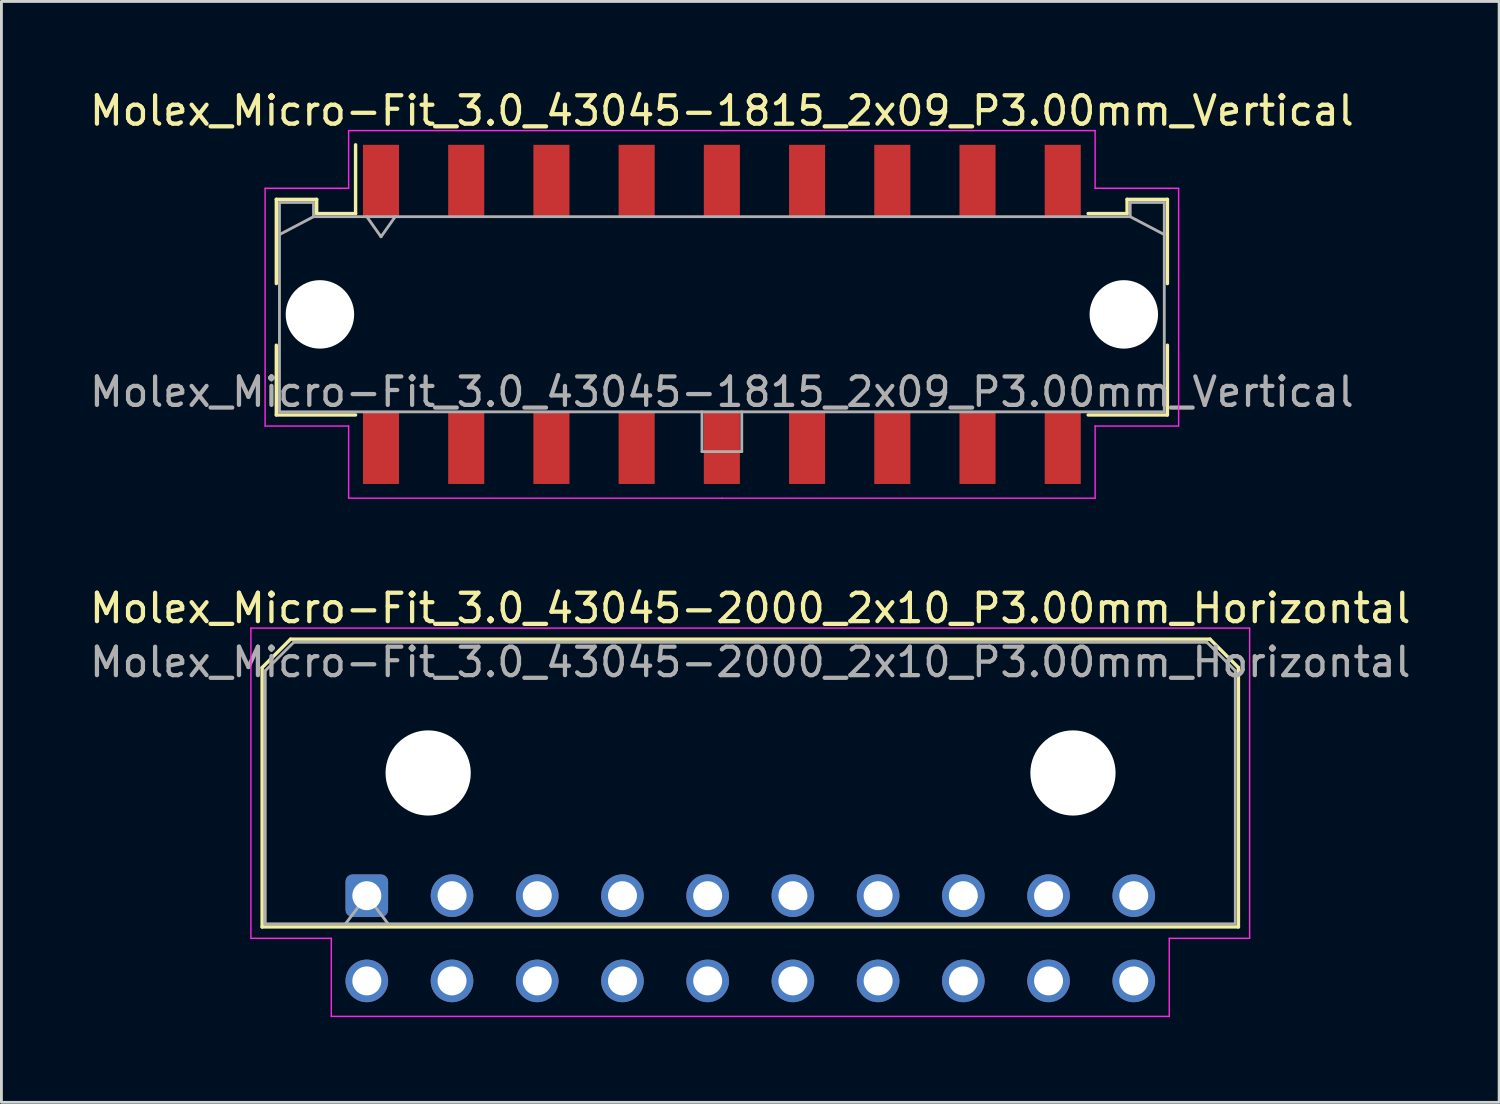
<source format=kicad_pcb>
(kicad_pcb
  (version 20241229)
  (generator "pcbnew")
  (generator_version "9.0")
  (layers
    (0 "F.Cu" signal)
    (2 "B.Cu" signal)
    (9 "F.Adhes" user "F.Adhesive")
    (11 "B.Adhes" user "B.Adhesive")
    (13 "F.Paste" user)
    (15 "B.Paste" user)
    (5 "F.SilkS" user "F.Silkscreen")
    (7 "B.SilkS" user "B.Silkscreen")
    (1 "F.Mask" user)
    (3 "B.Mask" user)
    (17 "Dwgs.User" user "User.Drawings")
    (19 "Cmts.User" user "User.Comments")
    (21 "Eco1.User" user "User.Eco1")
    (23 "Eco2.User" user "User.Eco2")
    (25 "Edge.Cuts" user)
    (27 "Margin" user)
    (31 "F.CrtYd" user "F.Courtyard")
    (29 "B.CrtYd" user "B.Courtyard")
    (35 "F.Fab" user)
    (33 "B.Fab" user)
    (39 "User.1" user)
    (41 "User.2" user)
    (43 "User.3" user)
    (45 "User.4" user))
  (footprint "Molex_Micro-Fit_3.0_43045-2000_2x10_P3.00mm_Horizontal"
    (layer "F.Cu")
    (at 9.863 28.482)
    (property "Reference" "Molex_Micro-Fit_3.0_43045-2000_2x10_P3.00mm_Horizontal" (at 13.5 -10.12 0) (layer "F.SilkS") (effects (font (size 1 1) (thickness 0.15))))
    (attr through_hole)
    (fp_line (start -3.685 -8.03) (end -2.685 -9.03) (stroke (width 0.12) (type solid)) (layer "F.SilkS"))
    (fp_line (start -3.685 1.1) (end -3.685 -8.03) (stroke (width 0.12) (type solid)) (layer "F.SilkS"))
    (fp_line (start -2.685 -9.03) (end 29.685 -9.03) (stroke (width 0.12) (type solid)) (layer "F.SilkS"))
    (fp_line (start 29.685 -9.03) (end 30.685 -8.03) (stroke (width 0.12) (type solid)) (layer "F.SilkS"))
    (fp_line (start 30.685 -8.03) (end 30.685 1.1) (stroke (width 0.12) (type solid)) (layer "F.SilkS"))
    (fp_line (start 30.685 1.1) (end -3.685 1.1) (stroke (width 0.12) (type solid)) (layer "F.SilkS"))
    (fp_line (start -4.08 -9.42) (end 31.08 -9.42) (stroke (width 0.05) (type solid)) (layer "F.CrtYd"))
    (fp_line (start -4.08 1.5) (end -4.08 -9.42) (stroke (width 0.05) (type solid)) (layer "F.CrtYd"))
    (fp_line (start -1.25 1.5) (end -4.08 1.5) (stroke (width 0.05) (type solid)) (layer "F.CrtYd"))
    (fp_line (start -1.25 4.25) (end -1.25 1.5) (stroke (width 0.05) (type solid)) (layer "F.CrtYd"))
    (fp_line (start 28.25 1.5) (end 28.25 4.25) (stroke (width 0.05) (type solid)) (layer "F.CrtYd"))
    (fp_line (start 28.25 4.25) (end -1.25 4.25) (stroke (width 0.05) (type solid)) (layer "F.CrtYd"))
    (fp_line (start 31.08 -9.42) (end 31.08 1.5) (stroke (width 0.05) (type solid)) (layer "F.CrtYd"))
    (fp_line (start 31.08 1.5) (end 28.25 1.5) (stroke (width 0.05) (type solid)) (layer "F.CrtYd"))
    (fp_line (start -3.575 -7.92) (end -2.575 -8.92) (stroke (width 0.1) (type solid)) (layer "F.Fab"))
    (fp_line (start -3.575 0.99) (end -3.575 -7.92) (stroke (width 0.1) (type solid)) (layer "F.Fab"))
    (fp_line (start -2.575 -8.92) (end 29.575 -8.92) (stroke (width 0.1) (type solid)) (layer "F.Fab"))
    (fp_line (start -0.75 0.99) (end 0 0) (stroke (width 0.1) (type solid)) (layer "F.Fab"))
    (fp_line (start 0 0) (end 0.75 0.99) (stroke (width 0.1) (type solid)) (layer "F.Fab"))
    (fp_line (start 29.575 -8.92) (end 30.575 -7.92) (stroke (width 0.1) (type solid)) (layer "F.Fab"))
    (fp_line (start 30.575 -7.92) (end 30.575 0.99) (stroke (width 0.1) (type solid)) (layer "F.Fab"))
    (fp_line (start 30.575 0.99) (end -3.575 0.99) (stroke (width 0.1) (type solid)) (layer "F.Fab"))
    (fp_text user "${REFERENCE}" (at 13.5 -8.22 0) (layer "F.Fab") (effects (font (size 1 1) (thickness 0.15))))
    (pad "" np_thru_hole circle (at 2.16 -4.32) (size 3 3) (drill 3) (layers "*.Cu" "*.Mask"))
    (pad "" np_thru_hole circle (at 24.86 -4.32) (size 3 3) (drill 3) (layers "*.Cu" "*.Mask"))
    (pad "1" thru_hole roundrect (at 0 0) (size 1.5 1.5) (drill 1.02) (layers "*.Cu" "*.Mask") (roundrect_rratio 0.167))
    (pad "2" thru_hole circle (at 3 0) (size 1.5 1.5) (drill 1.02) (layers "*.Cu" "*.Mask"))
    (pad "3" thru_hole circle (at 6 0) (size 1.5 1.5) (drill 1.02) (layers "*.Cu" "*.Mask"))
    (pad "4" thru_hole circle (at 9 0) (size 1.5 1.5) (drill 1.02) (layers "*.Cu" "*.Mask"))
    (pad "5" thru_hole circle (at 12 0) (size 1.5 1.5) (drill 1.02) (layers "*.Cu" "*.Mask"))
    (pad "6" thru_hole circle (at 15 0) (size 1.5 1.5) (drill 1.02) (layers "*.Cu" "*.Mask"))
    (pad "7" thru_hole circle (at 18 0) (size 1.5 1.5) (drill 1.02) (layers "*.Cu" "*.Mask"))
    (pad "8" thru_hole circle (at 21 0) (size 1.5 1.5) (drill 1.02) (layers "*.Cu" "*.Mask"))
    (pad "9" thru_hole circle (at 24 0) (size 1.5 1.5) (drill 1.02) (layers "*.Cu" "*.Mask"))
    (pad "10" thru_hole circle (at 27 0) (size 1.5 1.5) (drill 1.02) (layers "*.Cu" "*.Mask"))
    (pad "11" thru_hole circle (at 0 3) (size 1.5 1.5) (drill 1.02) (layers "*.Cu" "*.Mask"))
    (pad "12" thru_hole circle (at 3 3) (size 1.5 1.5) (drill 1.02) (layers "*.Cu" "*.Mask"))
    (pad "13" thru_hole circle (at 6 3) (size 1.5 1.5) (drill 1.02) (layers "*.Cu" "*.Mask"))
    (pad "14" thru_hole circle (at 9 3) (size 1.5 1.5) (drill 1.02) (layers "*.Cu" "*.Mask"))
    (pad "15" thru_hole circle (at 12 3) (size 1.5 1.5) (drill 1.02) (layers "*.Cu" "*.Mask"))
    (pad "16" thru_hole circle (at 15 3) (size 1.5 1.5) (drill 1.02) (layers "*.Cu" "*.Mask"))
    (pad "17" thru_hole circle (at 18 3) (size 1.5 1.5) (drill 1.02) (layers "*.Cu" "*.Mask"))
    (pad "18" thru_hole circle (at 21 3) (size 1.5 1.5) (drill 1.02) (layers "*.Cu" "*.Mask"))
    (pad "19" thru_hole circle (at 24 3) (size 1.5 1.5) (drill 1.02) (layers "*.Cu" "*.Mask"))
    (pad "20" thru_hole circle (at 27 3) (size 1.5 1.5) (drill 1.02) (layers "*.Cu" "*.Mask")))
  (footprint "Molex_Micro-Fit_3.0_43045-1815_2x09_P3.00mm_Vertical"
    (layer "F.Cu")
    (at 22.363 8.018)
    (property "Reference" "Molex_Micro-Fit_3.0_43045-1815_2x09_P3.00mm_Vertical" (at 0 -7.17 0) (layer "F.SilkS") (effects (font (size 1 1) (thickness 0.15))))
    (attr smd)
    (fp_line (start -15.685 -4.05) (end -14.265 -4.05) (stroke (width 0.12) (type solid)) (layer "F.SilkS"))
    (fp_line (start -15.685 -1.085) (end -15.685 -4.05) (stroke (width 0.12) (type solid)) (layer "F.SilkS"))
    (fp_line (start -15.685 1.085) (end -15.685 3.54) (stroke (width 0.12) (type solid)) (layer "F.SilkS"))
    (fp_line (start -15.685 3.54) (end -12.895 3.54) (stroke (width 0.12) (type solid)) (layer "F.SilkS"))
    (fp_line (start -14.265 -4.05) (end -14.265 -3.55) (stroke (width 0.12) (type solid)) (layer "F.SilkS"))
    (fp_line (start -14.265 -3.55) (end -12.895 -3.55) (stroke (width 0.12) (type solid)) (layer "F.SilkS"))
    (fp_line (start -12.895 -3.55) (end -12.895 -5.97) (stroke (width 0.12) (type solid)) (layer "F.SilkS"))
    (fp_line (start 14.265 -4.05) (end 14.265 -3.55) (stroke (width 0.12) (type solid)) (layer "F.SilkS"))
    (fp_line (start 14.265 -3.55) (end 12.895 -3.55) (stroke (width 0.12) (type solid)) (layer "F.SilkS"))
    (fp_line (start 15.685 -4.05) (end 14.265 -4.05) (stroke (width 0.12) (type solid)) (layer "F.SilkS"))
    (fp_line (start 15.685 -1.085) (end 15.685 -4.05) (stroke (width 0.12) (type solid)) (layer "F.SilkS"))
    (fp_line (start 15.685 1.085) (end 15.685 3.54) (stroke (width 0.12) (type solid)) (layer "F.SilkS"))
    (fp_line (start 15.685 3.54) (end 12.895 3.54) (stroke (width 0.12) (type solid)) (layer "F.SilkS"))
    (fp_line (start -16.08 -4.44) (end -16.08 3.93) (stroke (width 0.05) (type solid)) (layer "F.CrtYd"))
    (fp_line (start -16.08 3.93) (end -13.14 3.93) (stroke (width 0.05) (type solid)) (layer "F.CrtYd"))
    (fp_line (start -13.14 -6.47) (end -13.14 -4.44) (stroke (width 0.05) (type solid)) (layer "F.CrtYd"))
    (fp_line (start -13.14 -4.44) (end -16.08 -4.44) (stroke (width 0.05) (type solid)) (layer "F.CrtYd"))
    (fp_line (start -13.14 3.93) (end -13.14 6.47) (stroke (width 0.05) (type solid)) (layer "F.CrtYd"))
    (fp_line (start -13.14 6.47) (end 0 6.47) (stroke (width 0.05) (type solid)) (layer "F.CrtYd"))
    (fp_line (start 0 -6.47) (end -13.14 -6.47) (stroke (width 0.05) (type solid)) (layer "F.CrtYd"))
    (fp_line (start 0 -6.47) (end 13.14 -6.47) (stroke (width 0.05) (type solid)) (layer "F.CrtYd"))
    (fp_line (start 13.14 -6.47) (end 13.14 -4.44) (stroke (width 0.05) (type solid)) (layer "F.CrtYd"))
    (fp_line (start 13.14 -4.44) (end 16.08 -4.44) (stroke (width 0.05) (type solid)) (layer "F.CrtYd"))
    (fp_line (start 13.14 3.93) (end 13.14 6.47) (stroke (width 0.05) (type solid)) (layer "F.CrtYd"))
    (fp_line (start 13.14 6.47) (end 0 6.47) (stroke (width 0.05) (type solid)) (layer "F.CrtYd"))
    (fp_line (start 16.08 -4.44) (end 16.08 3.93) (stroke (width 0.05) (type solid)) (layer "F.CrtYd"))
    (fp_line (start 16.08 3.93) (end 13.14 3.93) (stroke (width 0.05) (type solid)) (layer "F.CrtYd"))
    (fp_line (start -15.575 -3.94) (end -15.575 3.43) (stroke (width 0.1) (type solid)) (layer "F.Fab"))
    (fp_line (start -15.575 -2.81) (end -14.375 -3.44) (stroke (width 0.1) (type solid)) (layer "F.Fab"))
    (fp_line (start -15.575 3.43) (end 15.575 3.43) (stroke (width 0.1) (type solid)) (layer "F.Fab"))
    (fp_line (start -14.375 -3.94) (end -15.575 -3.94) (stroke (width 0.1) (type solid)) (layer "F.Fab"))
    (fp_line (start -14.375 -3.44) (end -14.375 -3.94) (stroke (width 0.1) (type solid)) (layer "F.Fab"))
    (fp_line (start -12.5 -3.44) (end -12 -2.733) (stroke (width 0.1) (type solid)) (layer "F.Fab"))
    (fp_line (start -12 -2.733) (end -11.5 -3.44) (stroke (width 0.1) (type solid)) (layer "F.Fab"))
    (fp_line (start -0.7 3.43) (end -0.7 4.83) (stroke (width 0.1) (type solid)) (layer "F.Fab"))
    (fp_line (start -0.7 4.83) (end 0.7 4.83) (stroke (width 0.1) (type solid)) (layer "F.Fab"))
    (fp_line (start 0.7 4.83) (end 0.7 3.43) (stroke (width 0.1) (type solid)) (layer "F.Fab"))
    (fp_line (start 14.375 -3.94) (end 14.375 -3.44) (stroke (width 0.1) (type solid)) (layer "F.Fab"))
    (fp_line (start 14.375 -3.44) (end -14.375 -3.44) (stroke (width 0.1) (type solid)) (layer "F.Fab"))
    (fp_line (start 15.575 -3.94) (end 14.375 -3.94) (stroke (width 0.1) (type solid)) (layer "F.Fab"))
    (fp_line (start 15.575 -2.81) (end 14.375 -3.44) (stroke (width 0.1) (type solid)) (layer "F.Fab"))
    (fp_line (start 15.575 3.43) (end 15.575 -3.94) (stroke (width 0.1) (type solid)) (layer "F.Fab"))
    (fp_text user "${REFERENCE}" (at 0 2.73 0) (layer "F.Fab") (effects (font (size 1 1) (thickness 0.15))))
    (pad "" np_thru_hole circle (at -14.15 0) (size 2.41 2.41) (drill 2.41) (layers "*.Cu" "*.Mask"))
    (pad "" np_thru_hole circle (at 14.15 0) (size 2.41 2.41) (drill 2.41) (layers "*.Cu" "*.Mask"))
    (pad "1" smd rect (at -12 -4.7) (size 1.27 2.54) (layers "F.Cu" "F.Mask" "F.Paste"))
    (pad "2" smd rect (at -9 -4.7) (size 1.27 2.54) (layers "F.Cu" "F.Mask" "F.Paste"))
    (pad "3" smd rect (at -6 -4.7) (size 1.27 2.54) (layers "F.Cu" "F.Mask" "F.Paste"))
    (pad "4" smd rect (at -3 -4.7) (size 1.27 2.54) (layers "F.Cu" "F.Mask" "F.Paste"))
    (pad "5" smd rect (at 0 -4.7) (size 1.27 2.54) (layers "F.Cu" "F.Mask" "F.Paste"))
    (pad "6" smd rect (at 3 -4.7) (size 1.27 2.54) (layers "F.Cu" "F.Mask" "F.Paste"))
    (pad "7" smd rect (at 6 -4.7) (size 1.27 2.54) (layers "F.Cu" "F.Mask" "F.Paste"))
    (pad "8" smd rect (at 9 -4.7) (size 1.27 2.54) (layers "F.Cu" "F.Mask" "F.Paste"))
    (pad "9" smd rect (at 12 -4.7) (size 1.27 2.54) (layers "F.Cu" "F.Mask" "F.Paste"))
    (pad "10" smd rect (at -12 4.7) (size 1.27 2.54) (layers "F.Cu" "F.Mask" "F.Paste"))
    (pad "11" smd rect (at -9 4.7) (size 1.27 2.54) (layers "F.Cu" "F.Mask" "F.Paste"))
    (pad "12" smd rect (at -6 4.7) (size 1.27 2.54) (layers "F.Cu" "F.Mask" "F.Paste"))
    (pad "13" smd rect (at -3 4.7) (size 1.27 2.54) (layers "F.Cu" "F.Mask" "F.Paste"))
    (pad "14" smd rect (at 0 4.7) (size 1.27 2.54) (layers "F.Cu" "F.Mask" "F.Paste"))
    (pad "15" smd rect (at 3 4.7) (size 1.27 2.54) (layers "F.Cu" "F.Mask" "F.Paste"))
    (pad "16" smd rect (at 6 4.7) (size 1.27 2.54) (layers "F.Cu" "F.Mask" "F.Paste"))
    (pad "17" smd rect (at 9 4.7) (size 1.27 2.54) (layers "F.Cu" "F.Mask" "F.Paste"))
    (pad "18" smd rect (at 12 4.7) (size 1.27 2.54) (layers "F.Cu" "F.Mask" "F.Paste")))
  (gr_rect
    (start -3 -3)
    (end 49.726 35.757)
    (stroke (width 0.1) (type default))
    (fill no)
    (layer "Edge.Cuts")))
</source>
